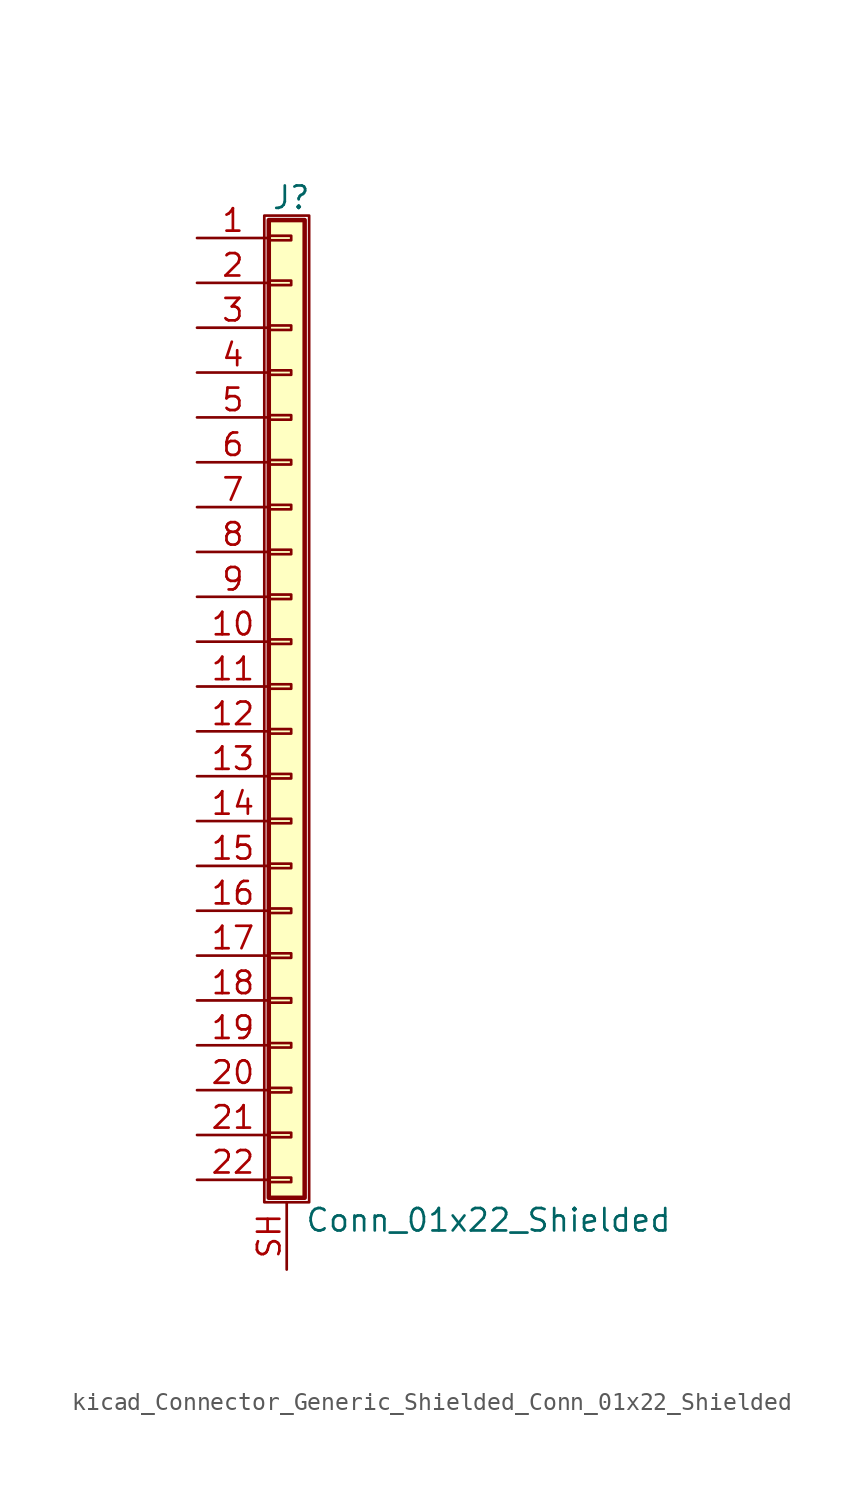
<source format=kicad_sym>
(kicad_symbol_lib
  (version 20220914)
  (generator kicad_symbol_editor)
  (symbol "kicad_Connector_Generic_Shielded_Conn_01x22_Shielded"
    (pin_names
      (offset 1.016) hide)
    (property "Reference" "J"
      (at 0.254 27.686 0)
      (effects (font (size 1.27 1.27))))
    (property "Value" "Conn_01x22_Shielded"
      (at 1.016 -30.226 0)
      (effects (font (size 1.27 1.27)) (justify left)))
    (symbol "kicad_Connector_Generic_Shielded_Conn_01x22_Shielded_1_1"
      (rectangle (start -1.27 26.67) (end 1.27 -29.21) (stroke (width 0.152) (type default)) (fill (type none)))
      (rectangle (start -1.016 -27.813) (end 0.254 -28.067) (stroke (width 0.152) (type default)) (fill (type none)))
      (rectangle (start -1.016 -25.273) (end 0.254 -25.527) (stroke (width 0.152) (type default)) (fill (type none)))
      (rectangle (start -1.016 -22.733) (end 0.254 -22.987) (stroke (width 0.152) (type default)) (fill (type none)))
      (rectangle (start -1.016 -20.193) (end 0.254 -20.447) (stroke (width 0.152) (type default)) (fill (type none)))
      (rectangle (start -1.016 -17.653) (end 0.254 -17.907) (stroke (width 0.152) (type default)) (fill (type none)))
      (rectangle (start -1.016 -15.113) (end 0.254 -15.367) (stroke (width 0.152) (type default)) (fill (type none)))
      (rectangle (start -1.016 -12.573) (end 0.254 -12.827) (stroke (width 0.152) (type default)) (fill (type none)))
      (rectangle (start -1.016 -10.033) (end 0.254 -10.287) (stroke (width 0.152) (type default)) (fill (type none)))
      (rectangle (start -1.016 -7.493) (end 0.254 -7.747) (stroke (width 0.152) (type default)) (fill (type none)))
      (rectangle (start -1.016 -4.953) (end 0.254 -5.207) (stroke (width 0.152) (type default)) (fill (type none)))
      (rectangle (start -1.016 -2.413) (end 0.254 -2.667) (stroke (width 0.152) (type default)) (fill (type none)))
      (rectangle (start -1.016 0.127) (end 0.254 -0.127) (stroke (width 0.152) (type default)) (fill (type none)))
      (rectangle (start -1.016 2.667) (end 0.254 2.413) (stroke (width 0.152) (type default)) (fill (type none)))
      (rectangle (start -1.016 5.207) (end 0.254 4.953) (stroke (width 0.152) (type default)) (fill (type none)))
      (rectangle (start -1.016 7.747) (end 0.254 7.493) (stroke (width 0.152) (type default)) (fill (type none)))
      (rectangle (start -1.016 10.287) (end 0.254 10.033) (stroke (width 0.152) (type default)) (fill (type none)))
      (rectangle (start -1.016 12.827) (end 0.254 12.573) (stroke (width 0.152) (type default)) (fill (type none)))
      (rectangle (start -1.016 15.367) (end 0.254 15.113) (stroke (width 0.152) (type default)) (fill (type none)))
      (rectangle (start -1.016 17.907) (end 0.254 17.653) (stroke (width 0.152) (type default)) (fill (type none)))
      (rectangle (start -1.016 20.447) (end 0.254 20.193) (stroke (width 0.152) (type default)) (fill (type none)))
      (rectangle (start -1.016 22.987) (end 0.254 22.733) (stroke (width 0.152) (type default)) (fill (type none)))
      (rectangle (start -1.016 25.527) (end 0.254 25.273) (stroke (width 0.152) (type default)) (fill (type none)))
      (rectangle (start -1.016 26.416) (end 1.016 -28.956) (stroke (width 0.254) (type default)) (fill (type background)))
      (pin passive line (at -5.08 25.4 0) (length 4.064) (name "Pin_1" (effects (font (size 1.27 1.27)))) (number "1" (effects (font (size 1.27 1.27)))))
      (pin passive line (at -5.08 2.54 0) (length 4.064) (name "Pin_10" (effects (font (size 1.27 1.27)))) (number "10" (effects (font (size 1.27 1.27)))))
      (pin passive line (at -5.08 0 0) (length 4.064) (name "Pin_11" (effects (font (size 1.27 1.27)))) (number "11" (effects (font (size 1.27 1.27)))))
      (pin passive line (at -5.08 -2.54 0) (length 4.064) (name "Pin_12" (effects (font (size 1.27 1.27)))) (number "12" (effects (font (size 1.27 1.27)))))
      (pin passive line (at -5.08 -5.08 0) (length 4.064) (name "Pin_13" (effects (font (size 1.27 1.27)))) (number "13" (effects (font (size 1.27 1.27)))))
      (pin passive line (at -5.08 -7.62 0) (length 4.064) (name "Pin_14" (effects (font (size 1.27 1.27)))) (number "14" (effects (font (size 1.27 1.27)))))
      (pin passive line (at -5.08 -10.16 0) (length 4.064) (name "Pin_15" (effects (font (size 1.27 1.27)))) (number "15" (effects (font (size 1.27 1.27)))))
      (pin passive line (at -5.08 -12.7 0) (length 4.064) (name "Pin_16" (effects (font (size 1.27 1.27)))) (number "16" (effects (font (size 1.27 1.27)))))
      (pin passive line (at -5.08 -15.24 0) (length 4.064) (name "Pin_17" (effects (font (size 1.27 1.27)))) (number "17" (effects (font (size 1.27 1.27)))))
      (pin passive line (at -5.08 -17.78 0) (length 4.064) (name "Pin_18" (effects (font (size 1.27 1.27)))) (number "18" (effects (font (size 1.27 1.27)))))
      (pin passive line (at -5.08 -20.32 0) (length 4.064) (name "Pin_19" (effects (font (size 1.27 1.27)))) (number "19" (effects (font (size 1.27 1.27)))))
      (pin passive line (at -5.08 22.86 0) (length 4.064) (name "Pin_2" (effects (font (size 1.27 1.27)))) (number "2" (effects (font (size 1.27 1.27)))))
      (pin passive line (at -5.08 -22.86 0) (length 4.064) (name "Pin_20" (effects (font (size 1.27 1.27)))) (number "20" (effects (font (size 1.27 1.27)))))
      (pin passive line (at -5.08 -25.4 0) (length 4.064) (name "Pin_21" (effects (font (size 1.27 1.27)))) (number "21" (effects (font (size 1.27 1.27)))))
      (pin passive line (at -5.08 -27.94 0) (length 4.064) (name "Pin_22" (effects (font (size 1.27 1.27)))) (number "22" (effects (font (size 1.27 1.27)))))
      (pin passive line (at -5.08 20.32 0) (length 4.064) (name "Pin_3" (effects (font (size 1.27 1.27)))) (number "3" (effects (font (size 1.27 1.27)))))
      (pin passive line (at -5.08 17.78 0) (length 4.064) (name "Pin_4" (effects (font (size 1.27 1.27)))) (number "4" (effects (font (size 1.27 1.27)))))
      (pin passive line (at -5.08 15.24 0) (length 4.064) (name "Pin_5" (effects (font (size 1.27 1.27)))) (number "5" (effects (font (size 1.27 1.27)))))
      (pin passive line (at -5.08 12.7 0) (length 4.064) (name "Pin_6" (effects (font (size 1.27 1.27)))) (number "6" (effects (font (size 1.27 1.27)))))
      (pin passive line (at -5.08 10.16 0) (length 4.064) (name "Pin_7" (effects (font (size 1.27 1.27)))) (number "7" (effects (font (size 1.27 1.27)))))
      (pin passive line (at -5.08 7.62 0) (length 4.064) (name "Pin_8" (effects (font (size 1.27 1.27)))) (number "8" (effects (font (size 1.27 1.27)))))
      (pin passive line (at -5.08 5.08 0) (length 4.064) (name "Pin_9" (effects (font (size 1.27 1.27)))) (number "9" (effects (font (size 1.27 1.27)))))
      (pin passive line (at 0 -33.02 90) (length 3.81) (name "Shield" (effects (font (size 1.27 1.27)))) (number "SH" (effects (font (size 1.27 1.27))))))))
</source>
